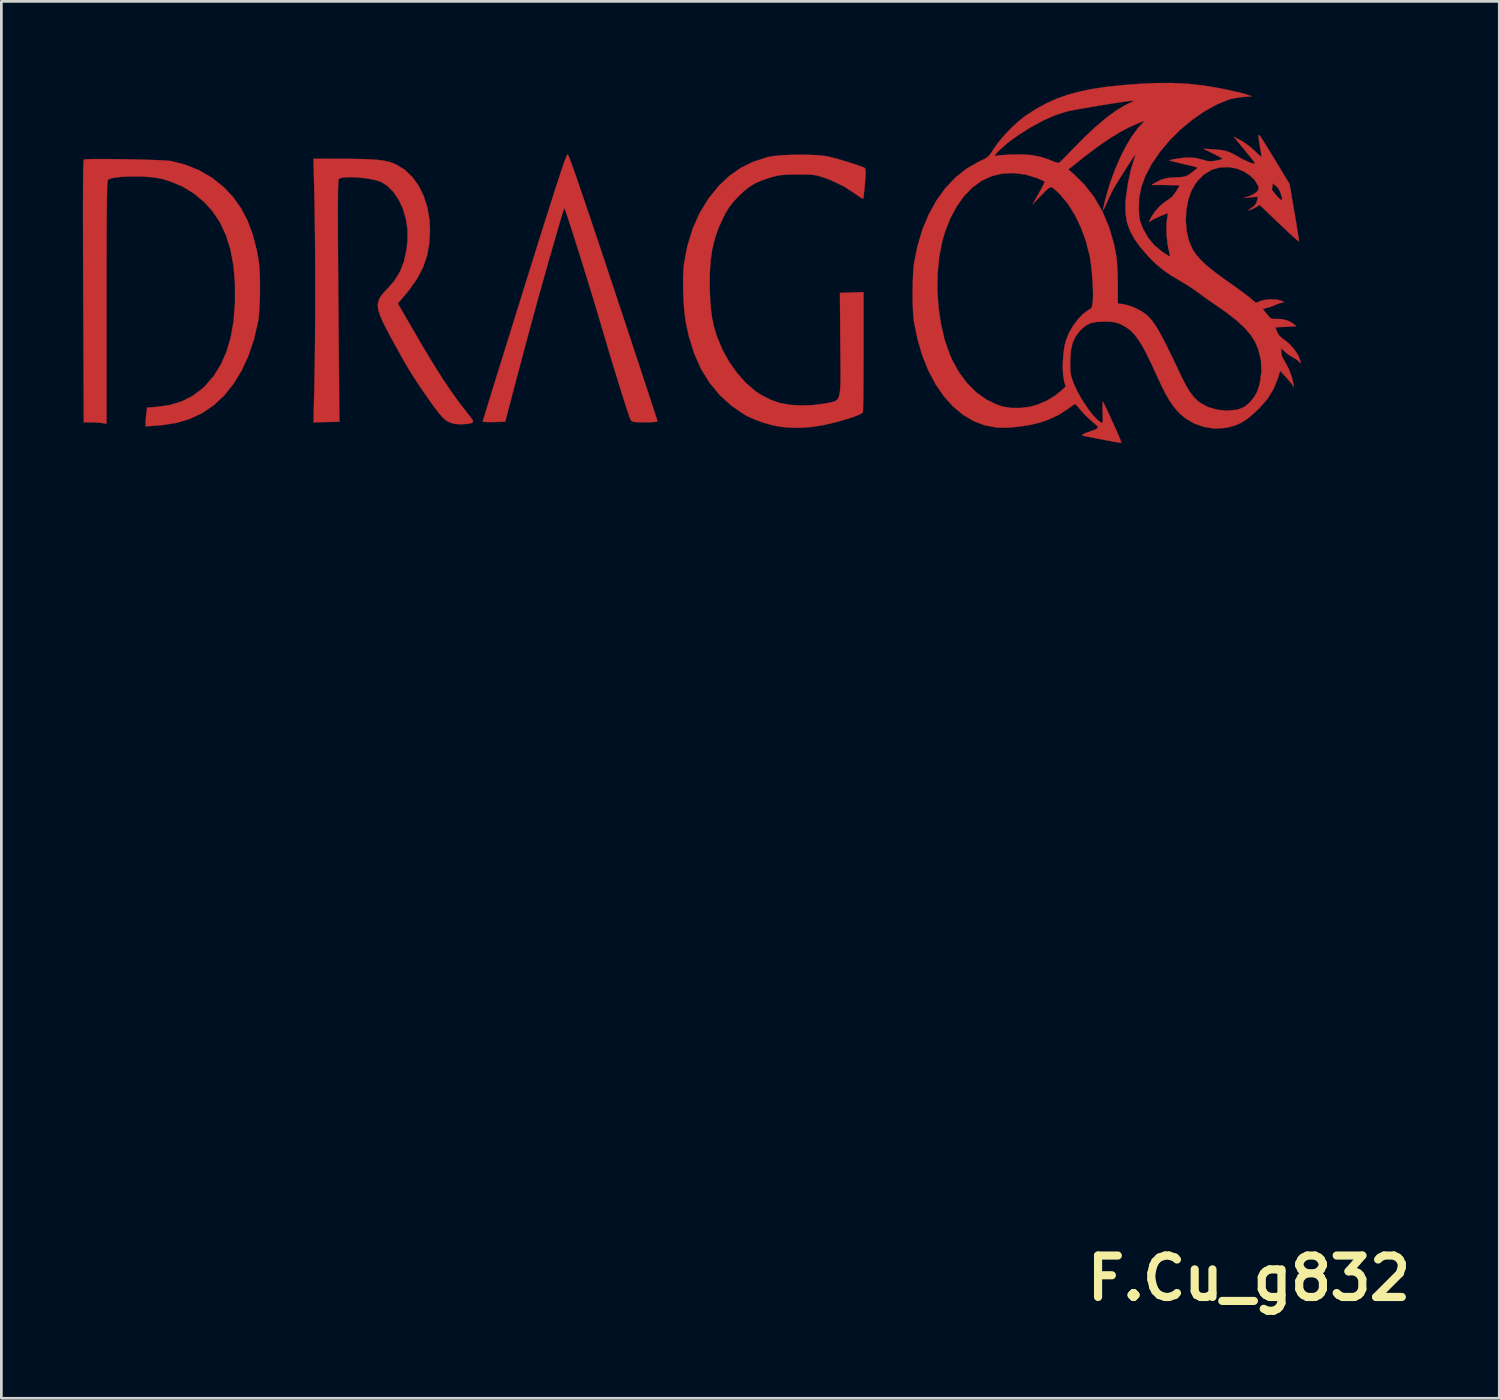
<source format=kicad_pcb>
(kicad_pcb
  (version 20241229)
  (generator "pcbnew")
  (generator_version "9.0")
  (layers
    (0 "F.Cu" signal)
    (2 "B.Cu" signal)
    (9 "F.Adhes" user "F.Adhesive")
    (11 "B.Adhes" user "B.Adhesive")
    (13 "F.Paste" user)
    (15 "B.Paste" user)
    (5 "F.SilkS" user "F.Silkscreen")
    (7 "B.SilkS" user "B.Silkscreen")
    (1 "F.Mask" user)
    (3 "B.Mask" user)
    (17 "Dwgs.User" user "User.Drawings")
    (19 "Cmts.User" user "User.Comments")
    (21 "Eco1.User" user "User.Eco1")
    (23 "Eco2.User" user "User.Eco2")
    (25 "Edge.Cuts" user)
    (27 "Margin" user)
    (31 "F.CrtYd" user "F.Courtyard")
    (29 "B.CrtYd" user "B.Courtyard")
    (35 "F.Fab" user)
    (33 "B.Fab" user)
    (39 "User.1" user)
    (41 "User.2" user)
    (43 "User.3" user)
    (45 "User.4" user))
  (footprint "F.Cu_g832"
    (layer "F.Cu")
    (at 42.906 43.984)
    (property "Reference" "F.Cu_g832" (at 0 0 0) (layer "F.SilkS") (effects (font (size 1.524 1.524) (thickness 0.3))))
    (attr through_hole)
    (fp_poly (pts (xy -25.048 -41.317) (xy -25.006 -41.22) (xy -24.944 -41.057) (xy -24.861 -40.827) (xy -24.756 -40.529) (xy -24.628 -40.161) (xy -24.478 -39.721) (xy -24.305 -39.209) (xy -24.107 -38.621) (xy -23.885 -37.958) (xy -23.638 -37.217) (xy -23.383 -36.449) (xy -23.178 -35.829) (xy -22.979 -35.231) (xy -22.79 -34.66) (xy -22.612 -34.121) (xy -22.446 -33.619) (xy -22.295 -33.159) (xy -22.158 -32.746) (xy -22.04 -32.385) (xy -21.94 -32.081) (xy -21.86 -31.838) (xy -21.803 -31.662) (xy -21.769 -31.557) (xy -21.76 -31.528) (xy -21.799 -31.515) (xy -21.906 -31.505) (xy -22.063 -31.498) (xy -22.224 -31.496) (xy -22.429 -31.497) (xy -22.566 -31.503) (xy -22.653 -31.515) (xy -22.705 -31.539) (xy -22.74 -31.575) (xy -22.75 -31.591) (xy -22.779 -31.656) (xy -22.828 -31.795) (xy -22.896 -31.999) (xy -22.981 -32.261) (xy -23.08 -32.573) (xy -23.191 -32.927) (xy -23.31 -33.316) (xy -23.437 -33.732) (xy -23.568 -34.166) (xy -23.7 -34.612) (xy -23.811 -34.989) (xy -23.916 -35.345) (xy -24.031 -35.726) (xy -24.151 -36.124) (xy -24.276 -36.532) (xy -24.402 -36.941) (xy -24.526 -37.343) (xy -24.648 -37.731) (xy -24.763 -38.096) (xy -24.87 -38.431) (xy -24.966 -38.728) (xy -25.048 -38.978) (xy -25.114 -39.175) (xy -25.162 -39.31) (xy -25.189 -39.374) (xy -25.194 -39.379) (xy -25.211 -39.333) (xy -25.248 -39.214) (xy -25.304 -39.03) (xy -25.375 -38.79) (xy -25.46 -38.5) (xy -25.555 -38.171) (xy -25.659 -37.81) (xy -25.752 -37.486) (xy -25.874 -37.056) (xy -25.988 -36.655) (xy -26.095 -36.272) (xy -26.199 -35.896) (xy -26.303 -35.518) (xy -26.41 -35.125) (xy -26.523 -34.708) (xy -26.644 -34.255) (xy -26.777 -33.756) (xy -26.925 -33.2) (xy -27.089 -32.577) (xy -27.145 -32.364) (xy -27.369 -31.517) (xy -27.781 -31.505) (xy -27.957 -31.503) (xy -28.095 -31.507) (xy -28.178 -31.516) (xy -28.194 -31.525) (xy -28.182 -31.568) (xy -28.146 -31.688) (xy -28.087 -31.878) (xy -28.008 -32.135) (xy -27.91 -32.452) (xy -27.795 -32.825) (xy -27.663 -33.25) (xy -27.517 -33.72) (xy -27.357 -34.232) (xy -27.187 -34.78) (xy -27.006 -35.36) (xy -26.817 -35.965) (xy -26.663 -36.46) (xy -26.425 -37.223) (xy -26.21 -37.909) (xy -26.018 -38.521) (xy -25.847 -39.062) (xy -25.696 -39.536) (xy -25.565 -39.946) (xy -25.452 -40.297) (xy -25.356 -40.59) (xy -25.276 -40.83) (xy -25.21 -41.02) (xy -25.158 -41.163) (xy -25.118 -41.264) (xy -25.09 -41.325) (xy -25.072 -41.35) (xy -25.069 -41.351) (xy -25.048 -41.317)) (stroke (width 0.01) (type solid)) (fill yes) (layer "F.Cu"))
    (fp_poly (pts (xy -41.977 -41.181) (xy -41.672 -41.178) (xy -41.353 -41.174) (xy -41.029 -41.168) (xy -40.714 -41.16) (xy -40.418 -41.151) (xy -40.153 -41.141) (xy -39.932 -41.13) (xy -39.764 -41.118) (xy -39.666 -41.107) (xy -39.138 -40.974) (xy -38.629 -40.767) (xy -38.156 -40.493) (xy -37.735 -40.159) (xy -37.713 -40.139) (xy -37.371 -39.773) (xy -37.082 -39.363) (xy -36.844 -38.903) (xy -36.652 -38.386) (xy -36.504 -37.804) (xy -36.442 -37.465) (xy -36.416 -37.246) (xy -36.399 -36.964) (xy -36.391 -36.642) (xy -36.39 -36.301) (xy -36.398 -35.962) (xy -36.413 -35.646) (xy -36.436 -35.376) (xy -36.46 -35.2) (xy -36.61 -34.553) (xy -36.813 -33.952) (xy -37.065 -33.402) (xy -37.364 -32.911) (xy -37.707 -32.483) (xy -38.089 -32.126) (xy -38.091 -32.124) (xy -38.508 -31.84) (xy -38.961 -31.625) (xy -39.457 -31.475) (xy -40.004 -31.389) (xy -40.15 -31.377) (xy -40.598 -31.346) (xy -40.597 -31.474) (xy -40.592 -31.594) (xy -40.579 -31.748) (xy -40.571 -31.818) (xy -40.545 -32.035) (xy -40.201 -32.061) (xy -39.706 -32.132) (xy -39.265 -32.266) (xy -38.87 -32.465) (xy -38.516 -32.732) (xy -38.414 -32.828) (xy -38.093 -33.199) (xy -37.829 -33.62) (xy -37.62 -34.094) (xy -37.464 -34.626) (xy -37.361 -35.218) (xy -37.31 -35.875) (xy -37.309 -35.899) (xy -37.31 -36.615) (xy -37.366 -37.267) (xy -37.477 -37.859) (xy -37.645 -38.391) (xy -37.869 -38.864) (xy -38.151 -39.281) (xy -38.453 -39.609) (xy -38.832 -39.923) (xy -39.236 -40.169) (xy -39.684 -40.358) (xy -39.986 -40.45) (xy -40.186 -40.49) (xy -40.428 -40.519) (xy -40.698 -40.537) (xy -40.978 -40.543) (xy -41.253 -40.539) (xy -41.507 -40.525) (xy -41.724 -40.5) (xy -41.888 -40.465) (xy -41.98 -40.423) (xy -41.99 -40.403) (xy -41.998 -40.356) (xy -42.005 -40.278) (xy -42.012 -40.165) (xy -42.017 -40.012) (xy -42.022 -39.815) (xy -42.026 -39.569) (xy -42.029 -39.271) (xy -42.032 -38.915) (xy -42.034 -38.498) (xy -42.035 -38.015) (xy -42.036 -37.461) (xy -42.037 -36.833) (xy -42.037 -36.126) (xy -42.037 -35.909) (xy -42.037 -31.443) (xy -42.196 -31.469) (xy -42.329 -31.484) (xy -42.5 -31.493) (xy -42.613 -31.496) (xy -42.872 -31.496) (xy -42.893 -36.311) (xy -42.896 -37.114) (xy -42.899 -37.834) (xy -42.9 -38.476) (xy -42.901 -39.041) (xy -42.901 -39.533) (xy -42.899 -39.954) (xy -42.897 -40.307) (xy -42.894 -40.595) (xy -42.89 -40.821) (xy -42.885 -40.987) (xy -42.878 -41.097) (xy -42.871 -41.153) (xy -42.867 -41.161) (xy -42.812 -41.17) (xy -42.684 -41.177) (xy -42.494 -41.181) (xy -42.255 -41.182) (xy -41.977 -41.181)) (stroke (width 0.01) (type solid)) (fill yes) (layer "F.Cu"))
    (fp_poly (pts (xy -33.349 -41.189) (xy -32.922 -41.187) (xy -32.568 -41.18) (xy -32.278 -41.168) (xy -32.04 -41.149) (xy -31.843 -41.123) (xy -31.677 -41.088) (xy -31.531 -41.043) (xy -31.394 -40.986) (xy -31.378 -40.979) (xy -31.063 -40.786) (xy -30.788 -40.524) (xy -30.554 -40.202) (xy -30.368 -39.827) (xy -30.233 -39.408) (xy -30.154 -38.954) (xy -30.135 -38.587) (xy -30.159 -38.087) (xy -30.241 -37.631) (xy -30.387 -37.204) (xy -30.601 -36.792) (xy -30.889 -36.38) (xy -31.035 -36.201) (xy -31.319 -35.868) (xy -30.746 -34.878) (xy -30.434 -34.343) (xy -30.153 -33.873) (xy -29.898 -33.457) (xy -29.661 -33.085) (xy -29.435 -32.747) (xy -29.213 -32.431) (xy -28.989 -32.128) (xy -28.755 -31.827) (xy -28.632 -31.674) (xy -28.563 -31.575) (xy -28.552 -31.512) (xy -28.568 -31.486) (xy -28.639 -31.457) (xy -28.767 -31.436) (xy -28.926 -31.426) (xy -29.09 -31.426) (xy -29.23 -31.44) (xy -29.273 -31.449) (xy -29.394 -31.486) (xy -29.5 -31.537) (xy -29.601 -31.611) (xy -29.71 -31.719) (xy -29.836 -31.871) (xy -29.99 -32.077) (xy -30.112 -32.247) (xy -30.353 -32.59) (xy -30.564 -32.899) (xy -30.755 -33.193) (xy -30.939 -33.491) (xy -31.126 -33.81) (xy -31.327 -34.17) (xy -31.539 -34.556) (xy -31.726 -34.907) (xy -31.87 -35.196) (xy -31.973 -35.434) (xy -32.034 -35.63) (xy -32.055 -35.795) (xy -32.037 -35.939) (xy -31.981 -36.073) (xy -31.886 -36.207) (xy -31.755 -36.352) (xy -31.692 -36.417) (xy -31.43 -36.72) (xy -31.23 -37.054) (xy -31.087 -37.429) (xy -30.995 -37.857) (xy -30.96 -38.196) (xy -30.962 -38.594) (xy -31.02 -38.982) (xy -31.129 -39.349) (xy -31.282 -39.681) (xy -31.476 -39.967) (xy -31.703 -40.195) (xy -31.923 -40.335) (xy -32.074 -40.391) (xy -32.271 -40.437) (xy -32.497 -40.474) (xy -32.734 -40.5) (xy -32.966 -40.514) (xy -33.175 -40.514) (xy -33.345 -40.5) (xy -33.457 -40.47) (xy -33.487 -40.448) (xy -33.496 -40.423) (xy -33.503 -40.365) (xy -33.51 -40.272) (xy -33.515 -40.139) (xy -33.519 -39.962) (xy -33.522 -39.736) (xy -33.524 -39.456) (xy -33.524 -39.119) (xy -33.523 -38.72) (xy -33.522 -38.255) (xy -33.519 -37.719) (xy -33.515 -37.108) (xy -33.51 -36.418) (xy -33.509 -36.268) (xy -33.504 -35.677) (xy -33.5 -35.106) (xy -33.495 -34.559) (xy -33.491 -34.044) (xy -33.487 -33.567) (xy -33.483 -33.134) (xy -33.48 -32.752) (xy -33.477 -32.427) (xy -33.475 -32.165) (xy -33.473 -31.973) (xy -33.471 -31.857) (xy -33.471 -31.835) (xy -33.465 -31.517) (xy -33.942 -31.505) (xy -34.42 -31.493) (xy -34.388 -32.86) (xy -34.377 -33.416) (xy -34.368 -34.041) (xy -34.362 -34.717) (xy -34.358 -35.43) (xy -34.356 -36.162) (xy -34.356 -36.897) (xy -34.359 -37.62) (xy -34.365 -38.313) (xy -34.372 -38.961) (xy -34.382 -39.547) (xy -34.387 -39.762) (xy -34.42 -41.19) (xy -33.349 -41.189)) (stroke (width 0.01) (type solid)) (fill yes) (layer "F.Cu"))
    (fp_poly (pts (xy -16.254 -41.339) (xy -15.95 -41.327) (xy -15.687 -41.306) (xy -15.515 -41.281) (xy -15.371 -41.248) (xy -15.183 -41.198) (xy -14.969 -41.136) (xy -14.746 -41.069) (xy -14.534 -41.001) (xy -14.35 -40.939) (xy -14.213 -40.888) (xy -14.144 -40.856) (xy -14.12 -40.827) (xy -14.107 -40.771) (xy -14.104 -40.672) (xy -14.112 -40.518) (xy -14.13 -40.294) (xy -14.131 -40.279) (xy -14.15 -40.075) (xy -14.168 -39.903) (xy -14.184 -39.781) (xy -14.196 -39.724) (xy -14.197 -39.722) (xy -14.237 -39.735) (xy -14.324 -39.789) (xy -14.414 -39.854) (xy -14.893 -40.169) (xy -15.415 -40.418) (xy -15.579 -40.478) (xy -15.739 -40.532) (xy -15.869 -40.57) (xy -15.99 -40.594) (xy -16.124 -40.608) (xy -16.292 -40.614) (xy -16.515 -40.615) (xy -16.616 -40.615) (xy -16.876 -40.612) (xy -17.074 -40.605) (xy -17.232 -40.59) (xy -17.373 -40.566) (xy -17.518 -40.529) (xy -17.631 -40.496) (xy -17.932 -40.395) (xy -18.175 -40.287) (xy -18.388 -40.157) (xy -18.596 -39.988) (xy -18.776 -39.816) (xy -18.972 -39.608) (xy -19.122 -39.416) (xy -19.251 -39.208) (xy -19.311 -39.095) (xy -19.502 -38.685) (xy -19.647 -38.276) (xy -19.75 -37.854) (xy -19.814 -37.401) (xy -19.842 -36.9) (xy -19.84 -36.364) (xy -19.822 -35.951) (xy -19.792 -35.602) (xy -19.747 -35.294) (xy -19.684 -35.008) (xy -19.599 -34.723) (xy -19.566 -34.626) (xy -19.37 -34.157) (xy -19.122 -33.712) (xy -18.833 -33.303) (xy -18.511 -32.944) (xy -18.168 -32.648) (xy -17.946 -32.5) (xy -17.594 -32.321) (xy -17.243 -32.201) (xy -16.865 -32.135) (xy -16.489 -32.114) (xy -16.039 -32.128) (xy -15.641 -32.179) (xy -15.588 -32.189) (xy -15.458 -32.214) (xy -15.349 -32.235) (xy -15.26 -32.259) (xy -15.188 -32.294) (xy -15.133 -32.347) (xy -15.091 -32.426) (xy -15.061 -32.538) (xy -15.042 -32.689) (xy -15.03 -32.888) (xy -15.026 -33.141) (xy -15.026 -33.456) (xy -15.03 -33.84) (xy -15.034 -34.301) (xy -15.035 -34.375) (xy -15.05 -36.258) (xy -14.616 -36.271) (xy -14.182 -36.283) (xy -14.182 -34.104) (xy -14.182 -33.681) (xy -14.184 -33.283) (xy -14.186 -32.917) (xy -14.189 -32.592) (xy -14.192 -32.317) (xy -14.196 -32.099) (xy -14.201 -31.946) (xy -14.206 -31.868) (xy -14.207 -31.86) (xy -14.258 -31.817) (xy -14.375 -31.76) (xy -14.542 -31.696) (xy -14.628 -31.667) (xy -15.168 -31.507) (xy -15.653 -31.393) (xy -16.1 -31.322) (xy -16.525 -31.292) (xy -16.942 -31.302) (xy -17.246 -31.332) (xy -17.527 -31.386) (xy -17.842 -31.475) (xy -18.157 -31.587) (xy -18.437 -31.712) (xy -18.553 -31.774) (xy -19.043 -32.107) (xy -19.472 -32.497) (xy -19.843 -32.946) (xy -20.155 -33.453) (xy -20.41 -34.022) (xy -20.607 -34.653) (xy -20.721 -35.179) (xy -20.759 -35.451) (xy -20.789 -35.774) (xy -20.809 -36.126) (xy -20.82 -36.483) (xy -20.819 -36.822) (xy -20.807 -37.119) (xy -20.789 -37.308) (xy -20.662 -37.987) (xy -20.468 -38.619) (xy -20.208 -39.201) (xy -19.884 -39.73) (xy -19.503 -40.198) (xy -19.112 -40.567) (xy -18.693 -40.86) (xy -18.236 -41.084) (xy -17.726 -41.246) (xy -17.666 -41.261) (xy -17.468 -41.294) (xy -17.207 -41.319) (xy -16.904 -41.334) (xy -16.579 -41.341) (xy -16.254 -41.339)) (stroke (width 0.01) (type solid)) (fill yes) (layer "F.Cu"))
    (fp_poly (pts (xy -2.227 -43.949) (xy -1.664 -43.886) (xy -1.143 -43.799) (xy -0.877 -43.746) (xy -0.624 -43.692) (xy -0.4 -43.641) (xy -0.226 -43.597) (xy -0.128 -43.569) (xy 0.104 -43.49) (xy -0.213 -43.466) (xy -0.406 -43.443) (xy -0.599 -43.408) (xy -0.741 -43.371) (xy -1.186 -43.188) (xy -1.641 -42.935) (xy -2.092 -42.623) (xy -2.525 -42.262) (xy -2.925 -41.865) (xy -3.275 -41.446) (xy -3.581 -40.998) (xy -3.809 -40.568) (xy -3.962 -40.148) (xy -4.043 -39.732) (xy -4.055 -39.322) (xy -4.041 -39.112) (xy -4.018 -38.954) (xy -3.979 -38.815) (xy -3.916 -38.662) (xy -3.885 -38.596) (xy -3.701 -38.272) (xy -3.478 -38.007) (xy -3.197 -37.776) (xy -3.168 -37.757) (xy -3.045 -37.675) (xy -2.951 -37.616) (xy -2.906 -37.592) (xy -2.906 -37.592) (xy -2.905 -37.629) (xy -2.923 -37.724) (xy -2.946 -37.814) (xy -2.995 -38.058) (xy -3.026 -38.338) (xy -3.037 -38.622) (xy -3.027 -38.873) (xy -3.016 -38.954) (xy -2.977 -39.194) (xy -3.193 -39.11) (xy -3.346 -39.045) (xy -3.491 -38.975) (xy -3.546 -38.945) (xy -3.683 -38.865) (xy -3.596 -39.037) (xy -3.459 -39.248) (xy -3.279 -39.449) (xy -3.083 -39.612) (xy -2.995 -39.666) (xy -2.828 -39.792) (xy -2.684 -39.986) (xy -2.681 -39.989) (xy -2.547 -40.217) (xy -2.935 -40.225) (xy -3.128 -40.228) (xy -3.306 -40.229) (xy -3.439 -40.228) (xy -3.471 -40.227) (xy -3.545 -40.226) (xy -3.567 -40.236) (xy -3.53 -40.265) (xy -3.427 -40.321) (xy -3.365 -40.353) (xy -3.228 -40.42) (xy -3.103 -40.462) (xy -2.961 -40.487) (xy -2.773 -40.502) (xy -2.71 -40.505) (xy -2.54 -40.513) (xy -2.416 -40.526) (xy -2.318 -40.551) (xy -2.224 -40.598) (xy -2.114 -40.676) (xy -1.966 -40.794) (xy -1.893 -40.853) (xy -1.915 -40.873) (xy -2.003 -40.904) (xy -2.14 -40.939) (xy -2.189 -40.95) (xy -2.382 -40.992) (xy -2.575 -41.038) (xy -2.727 -41.077) (xy -2.731 -41.078) (xy -2.942 -41.137) (xy -2.688 -41.191) (xy -2.332 -41.237) (xy -1.988 -41.224) (xy -1.693 -41.157) (xy -1.537 -41.11) (xy -1.407 -41.097) (xy -1.255 -41.114) (xy -1.217 -41.121) (xy -1.087 -41.149) (xy -0.999 -41.175) (xy -0.974 -41.19) (xy -1.009 -41.218) (xy -1.104 -41.273) (xy -1.241 -41.346) (xy -1.323 -41.387) (xy -1.672 -41.56) (xy -1.333 -41.541) (xy -1.085 -41.521) (xy -0.893 -41.49) (xy -0.728 -41.439) (xy -0.56 -41.36) (xy -0.409 -41.273) (xy -0.242 -41.18) (xy -0.072 -41.098) (xy 0.063 -41.044) (xy 0.069 -41.043) (xy 0.144 -41.019) (xy 0.196 -41.006) (xy 0.22 -41.011) (xy 0.212 -41.043) (xy 0.167 -41.11) (xy 0.082 -41.219) (xy -0.048 -41.379) (xy -0.205 -41.571) (xy -0.558 -42.004) (xy -0.292 -41.862) (xy -0.125 -41.757) (xy 0.059 -41.618) (xy 0.219 -41.476) (xy 0.219 -41.476) (xy 0.332 -41.368) (xy 0.417 -41.293) (xy 0.462 -41.263) (xy 0.466 -41.264) (xy 0.459 -41.318) (xy 0.44 -41.434) (xy 0.414 -41.592) (xy 0.4 -41.671) (xy 0.373 -41.84) (xy 0.356 -41.974) (xy 0.352 -42.054) (xy 0.355 -42.068) (xy 0.37 -42.065) (xy 0.398 -42.037) (xy 0.444 -41.974) (xy 0.512 -41.872) (xy 0.606 -41.722) (xy 0.731 -41.52) (xy 0.892 -41.257) (xy 1.079 -40.949) (xy 1.494 -40.263) (xy 1.674 -39.213) (xy 1.723 -38.926) (xy 1.765 -38.668) (xy 1.8 -38.449) (xy 1.825 -38.282) (xy 1.838 -38.178) (xy 1.839 -38.147) (xy 1.805 -38.17) (xy 1.719 -38.244) (xy 1.589 -38.361) (xy 1.425 -38.513) (xy 1.234 -38.693) (xy 1.109 -38.811) (xy 0.396 -39.493) (xy 0.269 -39.415) (xy 0.149 -39.352) (xy 0.04 -39.309) (xy 0.039 -39.309) (xy -0.019 -39.295) (xy -0.011 -39.31) (xy 0.064 -39.36) (xy 0.198 -39.461) (xy 0.272 -39.564) (xy 0.306 -39.678) (xy 0.327 -39.796) (xy 0.068 -39.773) (xy -0.191 -39.75) (xy 0.002 -39.813) (xy 0.141 -39.873) (xy 0.26 -39.949) (xy 0.289 -39.976) (xy 0.352 -40.06) (xy 0.354 -40.088) (xy 0.841 -40.088) (xy 0.851 -40.05) (xy 0.903 -39.972) (xy 0.982 -39.875) (xy 1.069 -39.779) (xy 1.147 -39.702) (xy 1.2 -39.667) (xy 1.204 -39.666) (xy 1.219 -39.702) (xy 1.21 -39.783) (xy 1.147 -39.986) (xy 1.063 -40.127) (xy 0.978 -40.206) (xy 0.861 -40.293) (xy 0.869 -40.202) (xy 0.86 -40.119) (xy 0.841 -40.088) (xy 0.354 -40.088) (xy 0.357 -40.139) (xy 0.338 -40.2) (xy 0.221 -40.399) (xy 0.039 -40.578) (xy -0.192 -40.727) (xy -0.453 -40.833) (xy -0.726 -40.884) (xy -0.73 -40.885) (xy -1.068 -40.874) (xy -1.37 -40.787) (xy -1.643 -40.624) (xy -1.889 -40.38) (xy -1.95 -40.303) (xy -2.115 -40.02) (xy -2.233 -39.685) (xy -2.303 -39.317) (xy -2.324 -38.934) (xy -2.296 -38.554) (xy -2.217 -38.197) (xy -2.087 -37.882) (xy -2.072 -37.855) (xy -1.944 -37.664) (xy -1.774 -37.469) (xy -1.554 -37.262) (xy -1.275 -37.035) (xy -0.93 -36.781) (xy -0.824 -36.707) (xy -0.602 -36.551) (xy -0.386 -36.396) (xy -0.195 -36.255) (xy -0.044 -36.14) (xy 0.033 -36.079) (xy 0.256 -35.89) (xy 0.425 -35.958) (xy 0.602 -36.004) (xy 0.811 -36.021) (xy 1.018 -36.011) (xy 1.186 -35.972) (xy 1.206 -35.964) (xy 1.286 -35.924) (xy 1.293 -35.907) (xy 1.236 -35.902) (xy 1.131 -35.88) (xy 1.01 -35.832) (xy 1.003 -35.828) (xy 0.871 -35.771) (xy 0.717 -35.719) (xy 0.689 -35.712) (xy 0.51 -35.666) (xy 0.661 -35.475) (xy 0.752 -35.367) (xy 0.822 -35.312) (xy 0.9 -35.295) (xy 0.993 -35.299) (xy 1.221 -35.289) (xy 1.439 -35.233) (xy 1.614 -35.139) (xy 1.632 -35.125) (xy 1.741 -35.031) (xy 1.579 -35.02) (xy 1.437 -35.012) (xy 1.266 -35.004) (xy 1.196 -35.001) (xy 1.072 -34.996) (xy 0.991 -34.992) (xy 0.974 -34.991) (xy 1.042 -34.802) (xy 1.128 -34.669) (xy 1.253 -34.564) (xy 1.276 -34.549) (xy 1.468 -34.398) (xy 1.649 -34.203) (xy 1.792 -33.995) (xy 1.841 -33.897) (xy 1.882 -33.784) (xy 1.901 -33.702) (xy 1.898 -33.665) (xy 1.871 -33.689) (xy 1.859 -33.708) (xy 1.796 -33.772) (xy 1.688 -33.844) (xy 1.638 -33.872) (xy 1.491 -33.96) (xy 1.35 -34.066) (xy 1.323 -34.091) (xy 1.185 -34.222) (xy 1.186 -34.076) (xy 1.218 -33.921) (xy 1.309 -33.746) (xy 1.313 -33.74) (xy 1.46 -33.471) (xy 1.575 -33.169) (xy 1.627 -32.956) (xy 1.656 -32.787) (xy 1.583 -32.893) (xy 1.514 -32.982) (xy 1.412 -33.102) (xy 1.328 -33.196) (xy 1.147 -33.393) (xy 1.078 -33.154) (xy 0.915 -32.736) (xy 0.677 -32.351) (xy 0.384 -32.017) (xy 0.132 -31.78) (xy -0.089 -31.601) (xy -0.297 -31.471) (xy -0.51 -31.379) (xy -0.746 -31.314) (xy -0.908 -31.285) (xy -1.281 -31.266) (xy -1.657 -31.325) (xy -2.018 -31.454) (xy -2.346 -31.649) (xy -2.502 -31.779) (xy -2.65 -31.929) (xy -2.787 -32.095) (xy -2.919 -32.287) (xy -3.054 -32.52) (xy -3.199 -32.804) (xy -3.363 -33.153) (xy -3.415 -33.268) (xy -3.607 -33.687) (xy -3.778 -34.035) (xy -3.933 -34.319) (xy -4.077 -34.548) (xy -4.218 -34.73) (xy -4.359 -34.873) (xy -4.508 -34.986) (xy -4.67 -35.077) (xy -4.692 -35.088) (xy -4.822 -35.143) (xy -4.943 -35.177) (xy -5.082 -35.194) (xy -5.268 -35.2) (xy -5.334 -35.2) (xy -5.602 -35.188) (xy -5.81 -35.148) (xy -5.982 -35.069) (xy -6.139 -34.944) (xy -6.231 -34.849) (xy -6.384 -34.645) (xy -6.489 -34.415) (xy -6.551 -34.142) (xy -6.576 -33.811) (xy -6.578 -33.718) (xy -6.576 -33.502) (xy -6.566 -33.342) (xy -6.544 -33.21) (xy -6.505 -33.076) (xy -6.444 -32.913) (xy -6.441 -32.905) (xy -6.334 -32.669) (xy -6.197 -32.419) (xy -6.042 -32.169) (xy -5.879 -31.936) (xy -5.718 -31.735) (xy -5.571 -31.581) (xy -5.452 -31.491) (xy -5.414 -31.474) (xy -5.39 -31.483) (xy -5.378 -31.532) (xy -5.376 -31.634) (xy -5.381 -31.803) (xy -5.383 -31.852) (xy -5.387 -32.026) (xy -5.386 -32.162) (xy -5.381 -32.243) (xy -5.376 -32.258) (xy -5.354 -32.221) (xy -5.304 -32.122) (xy -5.233 -31.973) (xy -5.148 -31.791) (xy -5.055 -31.589) (xy -4.961 -31.381) (xy -4.872 -31.182) (xy -4.795 -31.007) (xy -4.737 -30.87) (xy -4.704 -30.785) (xy -4.698 -30.766) (xy -4.698 -30.752) (xy -4.702 -30.744) (xy -4.724 -30.741) (xy -4.773 -30.747) (xy -4.863 -30.762) (xy -5.004 -30.787) (xy -5.207 -30.826) (xy -5.419 -30.866) (xy -5.648 -30.91) (xy -5.85 -30.951) (xy -6.01 -30.983) (xy -6.112 -31.006) (xy -6.137 -31.013) (xy -6.133 -31.036) (xy -6.062 -31.076) (xy -5.938 -31.126) (xy -5.924 -31.131) (xy -5.731 -31.199) (xy -5.612 -31.25) (xy -5.561 -31.296) (xy -5.573 -31.347) (xy -5.642 -31.416) (xy -5.748 -31.504) (xy -5.907 -31.645) (xy -6.072 -31.812) (xy -6.181 -31.935) (xy -6.277 -32.05) (xy -6.353 -32.135) (xy -6.392 -32.171) (xy -6.393 -32.171) (xy -6.436 -32.149) (xy -6.526 -32.088) (xy -6.645 -32.001) (xy -6.647 -31.999) (xy -7.008 -31.765) (xy -7.406 -31.582) (xy -7.722 -31.477) (xy -8.024 -31.405) (xy -8.363 -31.348) (xy -8.709 -31.31) (xy -9.033 -31.295) (xy -9.291 -31.304) (xy -9.729 -31.387) (xy -10.146 -31.548) (xy -10.537 -31.784) (xy -10.901 -32.09) (xy -11.234 -32.464) (xy -11.532 -32.9) (xy -11.794 -33.395) (xy -12.015 -33.944) (xy -12.193 -34.545) (xy -12.324 -35.193) (xy -12.325 -35.2) (xy -12.348 -35.406) (xy -12.364 -35.675) (xy -12.373 -35.985) (xy -12.375 -36.315) (xy -12.374 -36.352) (xy -11.465 -36.352) (xy -11.423 -35.723) (xy -11.333 -35.109) (xy -11.195 -34.527) (xy -11.011 -33.994) (xy -10.919 -33.785) (xy -10.663 -33.325) (xy -10.363 -32.925) (xy -10.025 -32.59) (xy -9.653 -32.326) (xy -9.254 -32.137) (xy -9.032 -32.068) (xy -8.741 -32.024) (xy -8.412 -32.023) (xy -8.082 -32.063) (xy -7.786 -32.141) (xy -7.784 -32.142) (xy -7.435 -32.291) (xy -7.138 -32.473) (xy -6.938 -32.633) (xy -6.743 -32.805) (xy -6.803 -33.029) (xy -6.836 -33.225) (xy -6.85 -33.476) (xy -6.844 -33.758) (xy -6.822 -34.043) (xy -6.783 -34.307) (xy -6.735 -34.505) (xy -6.625 -34.776) (xy -6.472 -35.043) (xy -6.291 -35.287) (xy -6.095 -35.49) (xy -5.9 -35.632) (xy -5.858 -35.653) (xy -5.806 -35.693) (xy -5.773 -35.767) (xy -5.751 -35.895) (xy -5.743 -35.97) (xy -5.735 -36.164) (xy -5.74 -36.417) (xy -5.755 -36.706) (xy -5.779 -37.006) (xy -5.809 -37.293) (xy -5.846 -37.544) (xy -5.865 -37.645) (xy -5.999 -38.162) (xy -6.178 -38.655) (xy -6.397 -39.109) (xy -6.647 -39.514) (xy -6.924 -39.855) (xy -7.112 -40.036) (xy -7.188 -40.101) (xy -7.247 -40.139) (xy -7.302 -40.144) (xy -7.368 -40.111) (xy -7.457 -40.034) (xy -7.583 -39.907) (xy -7.693 -39.793) (xy -7.96 -39.518) (xy -7.731 -39.92) (xy -7.64 -40.085) (xy -7.569 -40.223) (xy -7.526 -40.316) (xy -7.518 -40.35) (xy -7.563 -40.378) (xy -7.665 -40.426) (xy -7.803 -40.484) (xy -7.809 -40.487) (xy -8.228 -40.613) (xy -8.656 -40.667) (xy -9.079 -40.646) (xy -9.47 -40.552) (xy -9.833 -40.384) (xy -10.17 -40.139) (xy -10.478 -39.824) (xy -10.752 -39.444) (xy -10.988 -39.005) (xy -11.181 -38.513) (xy -11.283 -38.164) (xy -11.396 -37.589) (xy -11.456 -36.979) (xy -11.465 -36.352) (xy -12.374 -36.352) (xy -12.369 -36.643) (xy -12.357 -36.947) (xy -12.338 -37.207) (xy -12.323 -37.333) (xy -12.197 -37.981) (xy -12.014 -38.589) (xy -11.779 -39.151) (xy -11.494 -39.663) (xy -11.164 -40.118) (xy -10.791 -40.51) (xy -10.43 -40.796) (xy -6.646 -40.796) (xy -6.466 -40.645) (xy -6.058 -40.246) (xy -5.701 -39.785) (xy -5.399 -39.266) (xy -5.155 -38.697) (xy -4.973 -38.084) (xy -4.888 -37.657) (xy -4.863 -37.448) (xy -4.843 -37.178) (xy -4.83 -36.873) (xy -4.826 -36.571) (xy -4.826 -35.867) (xy -4.625 -35.841) (xy -4.476 -35.807) (xy -4.297 -35.747) (xy -4.167 -35.692) (xy -4.025 -35.621) (xy -3.898 -35.546) (xy -3.781 -35.461) (xy -3.671 -35.357) (xy -3.561 -35.229) (xy -3.447 -35.07) (xy -3.326 -34.873) (xy -3.192 -34.63) (xy -3.04 -34.336) (xy -2.867 -33.983) (xy -2.667 -33.565) (xy -2.503 -33.217) (xy -2.336 -32.885) (xy -2.18 -32.623) (xy -2.026 -32.421) (xy -1.867 -32.267) (xy -1.788 -32.208) (xy -1.492 -32.052) (xy -1.156 -31.955) (xy -0.805 -31.921) (xy -0.464 -31.955) (xy -0.352 -31.983) (xy -0.156 -32.07) (xy 0.017 -32.215) (xy 0.033 -32.232) (xy 0.18 -32.407) (xy 0.282 -32.577) (xy 0.357 -32.773) (xy 0.402 -32.944) (xy 0.463 -33.375) (xy 0.441 -33.796) (xy 0.334 -34.207) (xy 0.233 -34.445) (xy 0.073 -34.702) (xy -0.158 -34.97) (xy -0.464 -35.253) (xy -0.848 -35.551) (xy -1.102 -35.729) (xy -1.315 -35.874) (xy -1.529 -36.024) (xy -1.723 -36.162) (xy -1.873 -36.272) (xy -1.892 -36.286) (xy -2.065 -36.409) (xy -2.274 -36.545) (xy -2.478 -36.669) (xy -2.513 -36.689) (xy -2.864 -36.899) (xy -3.158 -37.101) (xy -3.415 -37.314) (xy -3.66 -37.555) (xy -3.681 -37.578) (xy -3.984 -37.924) (xy -4.216 -38.245) (xy -4.382 -38.554) (xy -4.489 -38.865) (xy -4.542 -39.19) (xy -4.545 -39.542) (xy -4.53 -39.726) (xy -4.454 -40.274) (xy -4.347 -40.775) (xy -4.259 -41.074) (xy -4.213 -41.214) (xy -4.182 -41.315) (xy -4.172 -41.359) (xy -4.172 -41.36) (xy -4.2 -41.326) (xy -4.263 -41.234) (xy -4.352 -41.098) (xy -4.461 -40.931) (xy -4.578 -40.747) (xy -4.696 -40.56) (xy -4.806 -40.384) (xy -4.899 -40.232) (xy -4.966 -40.119) (xy -4.982 -40.09) (xy -5.069 -39.922) (xy -5.163 -39.725) (xy -5.231 -39.573) (xy -5.291 -39.438) (xy -5.339 -39.342) (xy -5.365 -39.304) (xy -5.367 -39.304) (xy -5.363 -39.349) (xy -5.34 -39.458) (xy -5.303 -39.617) (xy -5.254 -39.808) (xy -5.253 -39.814) (xy -5.11 -40.298) (xy -4.937 -40.774) (xy -4.741 -41.229) (xy -4.53 -41.647) (xy -4.31 -42.014) (xy -4.088 -42.316) (xy -4.014 -42.4) (xy -3.837 -42.592) (xy -4.057 -42.505) (xy -4.403 -42.353) (xy -4.761 -42.164) (xy -5.14 -41.931) (xy -5.55 -41.649) (xy -5.999 -41.311) (xy -6.276 -41.093) (xy -6.646 -40.796) (xy -10.43 -40.796) (xy -10.379 -40.836) (xy -9.932 -41.088) (xy -9.927 -41.091) (xy -9.758 -41.171) (xy -9.643 -41.239) (xy -9.576 -41.298) (xy -9.361 -41.298) (xy -9.335 -41.295) (xy -9.261 -41.309) (xy -9.123 -41.323) (xy -8.938 -41.337) (xy -8.725 -41.347) (xy -8.7 -41.348) (xy -8.31 -41.35) (xy -7.977 -41.324) (xy -7.678 -41.265) (xy -7.388 -41.171) (xy -7.298 -41.135) (xy -7.162 -41.081) (xy -7.054 -41.045) (xy -7.004 -41.036) (xy -6.961 -41.067) (xy -6.871 -41.15) (xy -6.746 -41.273) (xy -6.598 -41.425) (xy -6.519 -41.508) (xy -6.07 -41.966) (xy -5.647 -42.362) (xy -5.252 -42.696) (xy -4.89 -42.963) (xy -4.564 -43.16) (xy -4.387 -43.244) (xy -4.291 -43.289) (xy -4.242 -43.322) (xy -4.24 -43.328) (xy -4.287 -43.328) (xy -4.405 -43.316) (xy -4.581 -43.292) (xy -4.803 -43.26) (xy -5.058 -43.221) (xy -5.333 -43.177) (xy -5.617 -43.131) (xy -5.896 -43.083) (xy -6.158 -43.037) (xy -6.391 -42.995) (xy -6.582 -42.958) (xy -6.718 -42.928) (xy -6.745 -42.921) (xy -7.14 -42.791) (xy -7.569 -42.6) (xy -8.019 -42.358) (xy -8.472 -42.072) (xy -8.763 -41.866) (xy -8.901 -41.758) (xy -9.038 -41.641) (xy -9.163 -41.526) (xy -9.266 -41.423) (xy -9.335 -41.343) (xy -9.361 -41.298) (xy -9.576 -41.298) (xy -9.557 -41.314) (xy -9.479 -41.417) (xy -9.395 -41.549) (xy -9.228 -41.785) (xy -9.01 -42.045) (xy -8.762 -42.306) (xy -8.505 -42.547) (xy -8.261 -42.745) (xy -8.199 -42.789) (xy -7.829 -43.026) (xy -7.457 -43.229) (xy -7.074 -43.402) (xy -6.667 -43.546) (xy -6.228 -43.666) (xy -5.745 -43.764) (xy -5.207 -43.843) (xy -4.603 -43.906) (xy -4.091 -43.945) (xy -3.419 -43.978) (xy -2.805 -43.979) (xy -2.227 -43.949)) (stroke (width 0.01) (type solid)) (fill yes) (layer "F.Cu")))
  (gr_rect
    (start -3 -3)
    (end 52.118 48.402)
    (stroke (width 0.1) (type default))
    (fill no)
    (layer "Edge.Cuts")))
</source>
